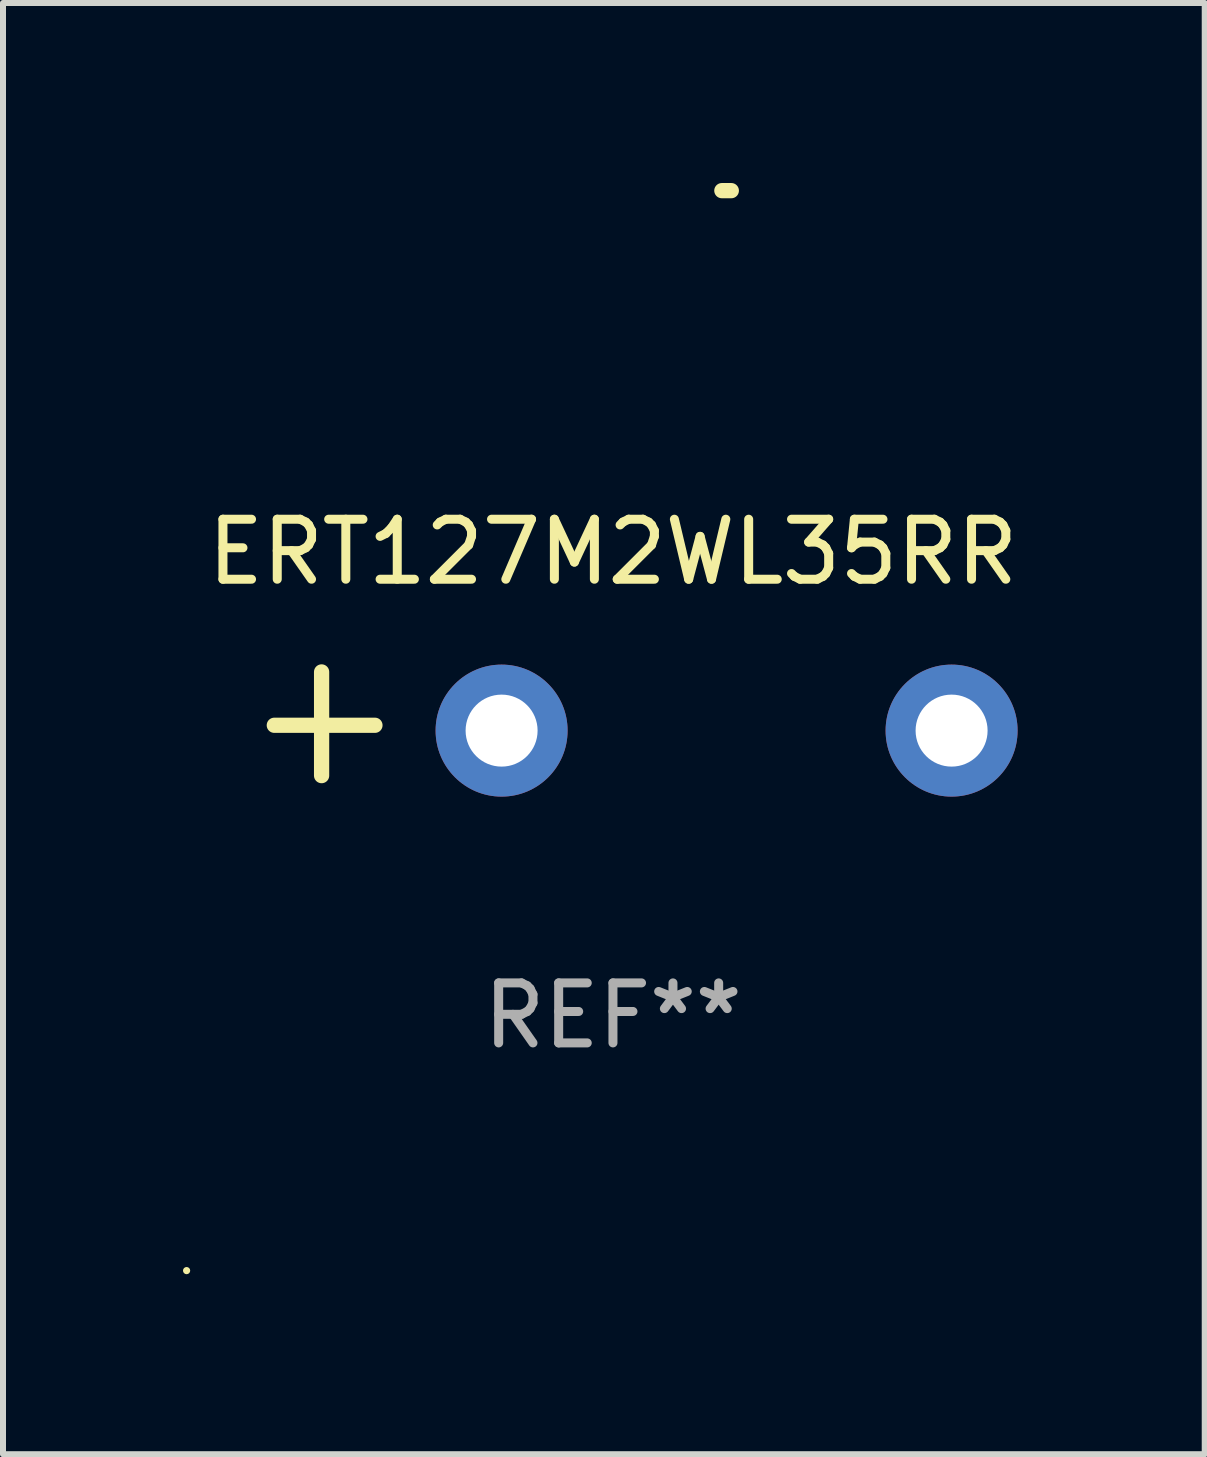
<source format=kicad_pcb>
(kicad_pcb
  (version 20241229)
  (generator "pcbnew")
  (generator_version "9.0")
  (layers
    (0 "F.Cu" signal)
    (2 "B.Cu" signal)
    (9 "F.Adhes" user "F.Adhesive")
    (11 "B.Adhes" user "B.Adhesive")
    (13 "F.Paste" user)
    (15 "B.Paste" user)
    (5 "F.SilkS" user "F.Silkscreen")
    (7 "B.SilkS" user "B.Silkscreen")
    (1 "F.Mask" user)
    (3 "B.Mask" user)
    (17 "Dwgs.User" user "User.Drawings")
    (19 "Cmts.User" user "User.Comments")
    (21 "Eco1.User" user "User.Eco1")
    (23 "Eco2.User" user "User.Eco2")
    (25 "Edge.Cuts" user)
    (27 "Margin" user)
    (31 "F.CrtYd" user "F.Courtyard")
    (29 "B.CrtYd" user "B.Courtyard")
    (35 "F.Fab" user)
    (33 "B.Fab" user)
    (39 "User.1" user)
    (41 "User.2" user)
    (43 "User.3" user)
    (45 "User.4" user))
  (footprint "ERT127M2WL35RR"
    (layer "F.Cu")
    (at 7.166 9.013)
    (property "Reference" "ERT127M2WL35RR" (at 0 -2.864 0) (layer "F.SilkS") (effects (font (size 1 1) (thickness 0.15))))
    (attr through_hole)
    (fp_line (start -4.856 0.864) (end -4.856 -0.864) (stroke (width 0.254) (type solid)) (layer "F.SilkS"))
    (fp_line (start -3.967 0.025) (end -5.644 0.025) (stroke (width 0.254) (type solid)) (layer "F.SilkS"))
    (fp_arc (start 1.815024 -8.885649) (mid 1.893764 -8.88599) (end 1.972504 -8.885649) (stroke (width 0.254001) (type solid)) (layer "F.SilkS"))
    (fp_circle (center -7.106 9.114) (end -7.076 9.114) (stroke (width 0.06) (type solid)) (fill no) (layer "F.SilkS"))
    (fp_text user "REF**" (at 0 4.864 0) (layer "F.Fab") (effects (font (size 1 1) (thickness 0.15))))
    (pad "1" thru_hole circle (at -1.856 0.114) (size 2.2 2.2) (drill 1.2) (layers "*.Cu" "*.Mask"))
    (pad "2" thru_hole circle (at 5.644 0.114) (size 2.2 2.2) (drill 1.2) (layers "*.Cu" "*.Mask")))
  (gr_rect
    (start -3 -3)
    (end 17.029 21.187)
    (stroke (width 0.1) (type default))
    (fill no)
    (layer "Edge.Cuts")))
</source>
